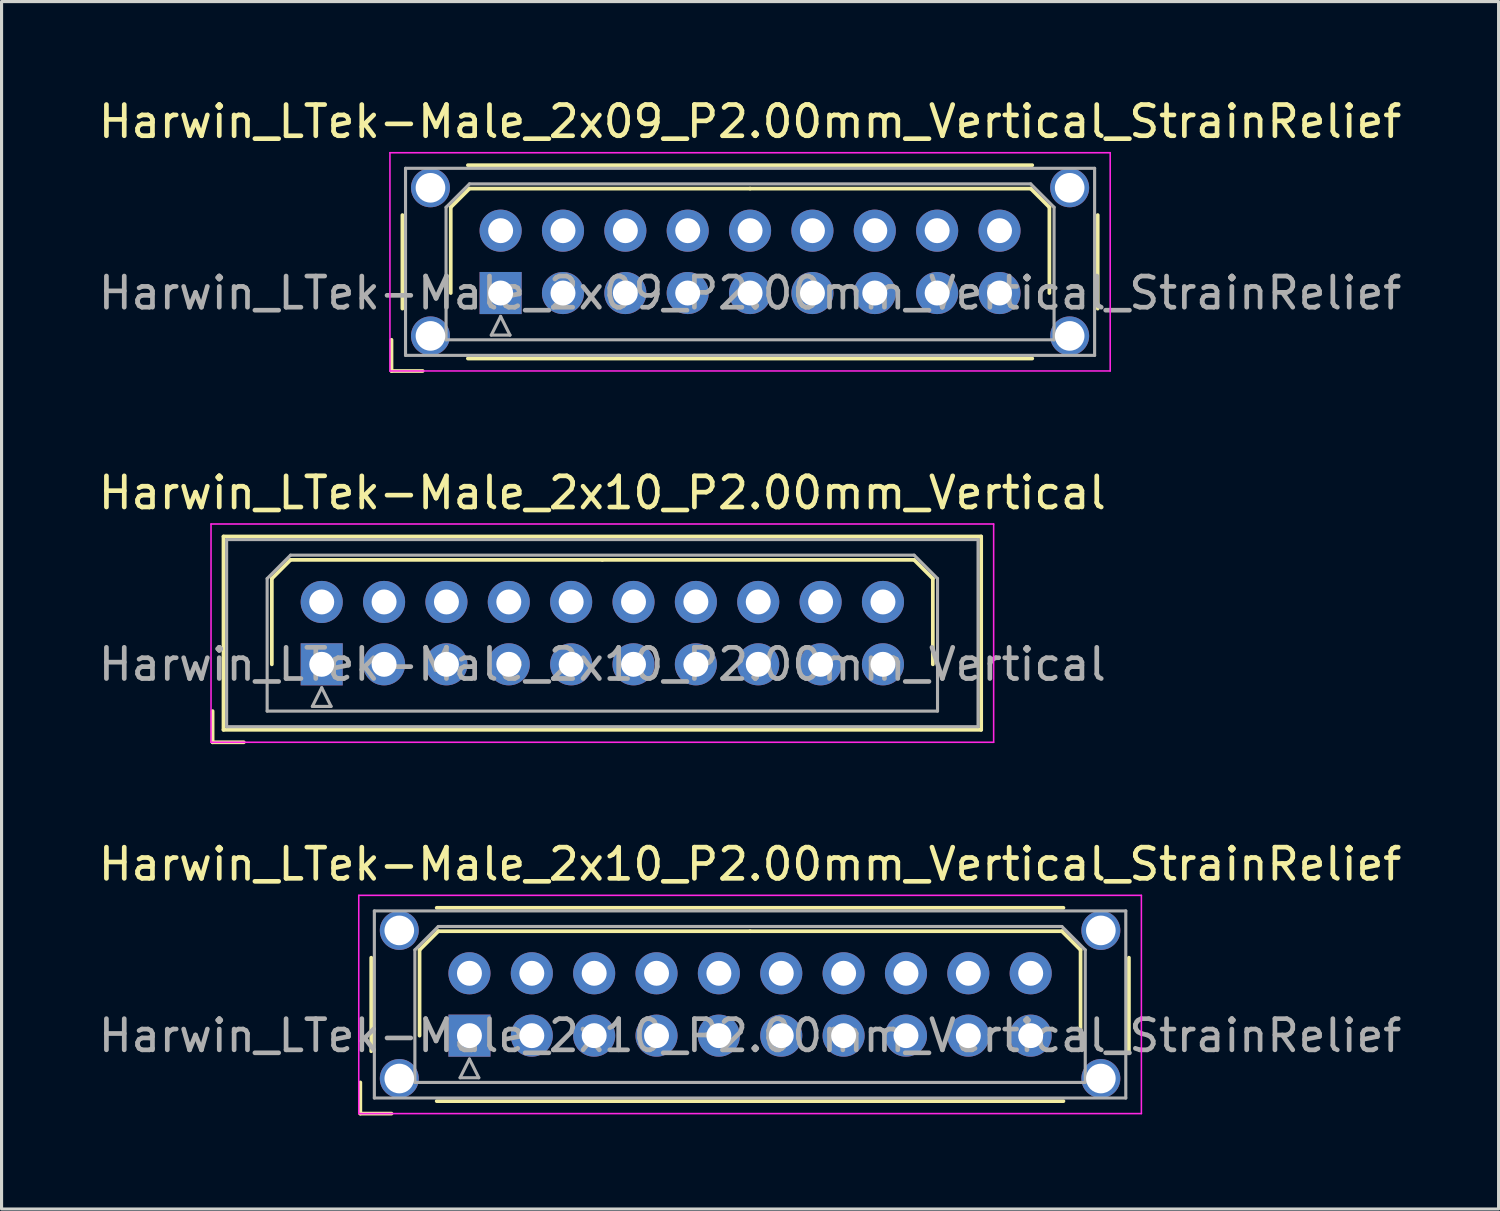
<source format=kicad_pcb>
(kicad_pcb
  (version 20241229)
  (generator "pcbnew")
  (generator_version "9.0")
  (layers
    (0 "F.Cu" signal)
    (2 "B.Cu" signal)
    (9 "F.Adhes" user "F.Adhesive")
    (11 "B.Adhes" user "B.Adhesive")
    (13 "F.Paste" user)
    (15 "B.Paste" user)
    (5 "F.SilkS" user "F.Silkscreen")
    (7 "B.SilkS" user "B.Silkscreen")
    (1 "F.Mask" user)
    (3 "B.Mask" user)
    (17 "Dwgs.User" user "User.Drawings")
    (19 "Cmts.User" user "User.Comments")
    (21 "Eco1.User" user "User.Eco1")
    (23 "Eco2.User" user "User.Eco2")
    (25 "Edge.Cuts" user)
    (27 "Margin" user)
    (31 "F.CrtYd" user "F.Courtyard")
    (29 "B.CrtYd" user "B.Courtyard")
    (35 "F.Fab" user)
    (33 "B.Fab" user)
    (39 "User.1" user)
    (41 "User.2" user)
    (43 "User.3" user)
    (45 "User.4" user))
  (footprint "Harwin_LTek-Male_2x09_P2.00mm_Vertical_StrainRelief"
    (layer "F.Cu")
    (at 13.006 6.348)
    (property "Reference" "Harwin_LTek-Male_2x09_P2.00mm_Vertical_StrainRelief" (at 8 -5.5 0) (layer "F.SilkS") (effects (font (size 1 1) (thickness 0.15))))
    (attr through_hole)
    (fp_line (start -3.5 1.5) (end -3.5 2.5) (stroke (width 0.12) (type solid)) (layer "F.SilkS"))
    (fp_line (start -3.5 2.5) (end -2.5 2.5) (stroke (width 0.12) (type solid)) (layer "F.SilkS"))
    (fp_line (start -3.15 -2.5) (end -3.15 0.5) (stroke (width 0.12) (type solid)) (layer "F.SilkS"))
    (fp_line (start -1.6 -2.75) (end -1 -3.35) (stroke (width 0.12) (type solid)) (layer "F.SilkS"))
    (fp_line (start -1.6 0) (end -1.6 -2.75) (stroke (width 0.12) (type solid)) (layer "F.SilkS"))
    (fp_line (start -1.05 -4.1) (end 17.05 -4.1) (stroke (width 0.12) (type solid)) (layer "F.SilkS"))
    (fp_line (start -1.05 2.1) (end 17.05 2.1) (stroke (width 0.12) (type solid)) (layer "F.SilkS"))
    (fp_line (start -1 -3.35) (end 8 -3.35) (stroke (width 0.12) (type solid)) (layer "F.SilkS"))
    (fp_line (start 17 -3.35) (end 8 -3.35) (stroke (width 0.12) (type solid)) (layer "F.SilkS"))
    (fp_line (start 17.6 -2.75) (end 17 -3.35) (stroke (width 0.12) (type solid)) (layer "F.SilkS"))
    (fp_line (start 17.6 0) (end 17.6 -2.75) (stroke (width 0.12) (type solid)) (layer "F.SilkS"))
    (fp_line (start 19.15 -2.5) (end 19.15 0.5) (stroke (width 0.12) (type solid)) (layer "F.SilkS"))
    (fp_line (start -3.55 -4.5) (end -3.55 2.5) (stroke (width 0.05) (type solid)) (layer "F.CrtYd"))
    (fp_line (start -3.55 2.5) (end 19.55 2.5) (stroke (width 0.05) (type solid)) (layer "F.CrtYd"))
    (fp_line (start 19.55 -4.5) (end -3.55 -4.5) (stroke (width 0.05) (type solid)) (layer "F.CrtYd"))
    (fp_line (start 19.55 2.5) (end 19.55 -4.5) (stroke (width 0.05) (type solid)) (layer "F.CrtYd"))
    (fp_line (start -3.05 -4) (end -3.05 2) (stroke (width 0.1) (type solid)) (layer "F.Fab"))
    (fp_line (start -3.05 2) (end 19.05 2) (stroke (width 0.1) (type solid)) (layer "F.Fab"))
    (fp_line (start -1.75 -2.75) (end -1 -3.5) (stroke (width 0.1) (type solid)) (layer "F.Fab"))
    (fp_line (start -1.75 1.5) (end -1.75 -2.75) (stroke (width 0.1) (type solid)) (layer "F.Fab"))
    (fp_line (start -1 -3.5) (end 17 -3.5) (stroke (width 0.1) (type solid)) (layer "F.Fab"))
    (fp_line (start -0.3 1.35) (end 0.3 1.35) (stroke (width 0.1) (type solid)) (layer "F.Fab"))
    (fp_line (start 0 0.75) (end -0.3 1.35) (stroke (width 0.1) (type solid)) (layer "F.Fab"))
    (fp_line (start 0.3 1.35) (end 0 0.75) (stroke (width 0.1) (type solid)) (layer "F.Fab"))
    (fp_line (start 17 -3.5) (end 17.75 -2.75) (stroke (width 0.1) (type solid)) (layer "F.Fab"))
    (fp_line (start 17.75 -2.75) (end 17.75 1.5) (stroke (width 0.1) (type solid)) (layer "F.Fab"))
    (fp_line (start 17.75 1.5) (end -1.75 1.5) (stroke (width 0.1) (type solid)) (layer "F.Fab"))
    (fp_line (start 19.05 -4) (end -3.05 -4) (stroke (width 0.1) (type solid)) (layer "F.Fab"))
    (fp_line (start 19.05 2) (end 19.05 -4) (stroke (width 0.1) (type solid)) (layer "F.Fab"))
    (fp_text user "${REFERENCE}" (at 8 0 0) (layer "F.Fab") (effects (font (size 1 1) (thickness 0.15))))
    (pad "" thru_hole circle (at -2.25 -3.375) (size 1.25 1.25) (drill 0.95) (layers "*.Cu" "*.Mask"))
    (pad "" thru_hole circle (at -2.25 1.375) (size 1.25 1.25) (drill 0.95) (layers "*.Cu" "*.Mask"))
    (pad "" thru_hole circle (at 18.25 -3.375) (size 1.25 1.25) (drill 0.95) (layers "*.Cu" "*.Mask"))
    (pad "" thru_hole circle (at 18.25 1.375) (size 1.25 1.25) (drill 0.95) (layers "*.Cu" "*.Mask"))
    (pad "1" thru_hole rect (at 0 0) (size 1.35 1.35) (drill 0.8) (layers "*.Cu" "*.Mask"))
    (pad "2" thru_hole circle (at 0 -2) (size 1.35 1.35) (drill 0.8) (layers "*.Cu" "*.Mask"))
    (pad "3" thru_hole circle (at 2 0) (size 1.35 1.35) (drill 0.8) (layers "*.Cu" "*.Mask"))
    (pad "4" thru_hole circle (at 2 -2) (size 1.35 1.35) (drill 0.8) (layers "*.Cu" "*.Mask"))
    (pad "5" thru_hole circle (at 4 0) (size 1.35 1.35) (drill 0.8) (layers "*.Cu" "*.Mask"))
    (pad "6" thru_hole circle (at 4 -2) (size 1.35 1.35) (drill 0.8) (layers "*.Cu" "*.Mask"))
    (pad "7" thru_hole circle (at 6 0) (size 1.35 1.35) (drill 0.8) (layers "*.Cu" "*.Mask"))
    (pad "8" thru_hole circle (at 6 -2) (size 1.35 1.35) (drill 0.8) (layers "*.Cu" "*.Mask"))
    (pad "9" thru_hole circle (at 8 0) (size 1.35 1.35) (drill 0.8) (layers "*.Cu" "*.Mask"))
    (pad "10" thru_hole circle (at 8 -2) (size 1.35 1.35) (drill 0.8) (layers "*.Cu" "*.Mask"))
    (pad "11" thru_hole circle (at 10 0) (size 1.35 1.35) (drill 0.8) (layers "*.Cu" "*.Mask"))
    (pad "12" thru_hole circle (at 10 -2) (size 1.35 1.35) (drill 0.8) (layers "*.Cu" "*.Mask"))
    (pad "13" thru_hole circle (at 12 0) (size 1.35 1.35) (drill 0.8) (layers "*.Cu" "*.Mask"))
    (pad "14" thru_hole circle (at 12 -2) (size 1.35 1.35) (drill 0.8) (layers "*.Cu" "*.Mask"))
    (pad "15" thru_hole circle (at 14 0) (size 1.35 1.35) (drill 0.8) (layers "*.Cu" "*.Mask"))
    (pad "16" thru_hole circle (at 14 -2) (size 1.35 1.35) (drill 0.8) (layers "*.Cu" "*.Mask"))
    (pad "17" thru_hole circle (at 16 0) (size 1.35 1.35) (drill 0.8) (layers "*.Cu" "*.Mask"))
    (pad "18" thru_hole circle (at 16 -2) (size 1.35 1.35) (drill 0.8) (layers "*.Cu" "*.Mask")))
  (footprint "Harwin_LTek-Male_2x10_P2.00mm_Vertical"
    (layer "F.Cu")
    (at 7.268 18.256)
    (property "Reference" "Harwin_LTek-Male_2x10_P2.00mm_Vertical" (at 9 -5.5 0) (layer "F.SilkS") (effects (font (size 1 1) (thickness 0.15))))
    (attr through_hole)
    (fp_line (start -3.5 1.5) (end -3.5 2.5) (stroke (width 0.12) (type solid)) (layer "F.SilkS"))
    (fp_line (start -3.5 2.5) (end -2.5 2.5) (stroke (width 0.12) (type solid)) (layer "F.SilkS"))
    (fp_line (start -3.15 -4.1) (end -3.15 2.1) (stroke (width 0.12) (type solid)) (layer "F.SilkS"))
    (fp_line (start -3.15 2.1) (end 21.15 2.1) (stroke (width 0.12) (type solid)) (layer "F.SilkS"))
    (fp_line (start -1.6 -2.75) (end -1 -3.35) (stroke (width 0.12) (type solid)) (layer "F.SilkS"))
    (fp_line (start -1.6 0) (end -1.6 -2.75) (stroke (width 0.12) (type solid)) (layer "F.SilkS"))
    (fp_line (start -1 -3.35) (end 9 -3.35) (stroke (width 0.12) (type solid)) (layer "F.SilkS"))
    (fp_line (start 19 -3.35) (end 9 -3.35) (stroke (width 0.12) (type solid)) (layer "F.SilkS"))
    (fp_line (start 19.6 -2.75) (end 19 -3.35) (stroke (width 0.12) (type solid)) (layer "F.SilkS"))
    (fp_line (start 19.6 0) (end 19.6 -2.75) (stroke (width 0.12) (type solid)) (layer "F.SilkS"))
    (fp_line (start 21.15 -4.1) (end -3.15 -4.1) (stroke (width 0.12) (type solid)) (layer "F.SilkS"))
    (fp_line (start 21.15 2.1) (end 21.15 -4.1) (stroke (width 0.12) (type solid)) (layer "F.SilkS"))
    (fp_line (start -3.55 -4.5) (end -3.55 2.5) (stroke (width 0.05) (type solid)) (layer "F.CrtYd"))
    (fp_line (start -3.55 2.5) (end 21.55 2.5) (stroke (width 0.05) (type solid)) (layer "F.CrtYd"))
    (fp_line (start 21.55 -4.5) (end -3.55 -4.5) (stroke (width 0.05) (type solid)) (layer "F.CrtYd"))
    (fp_line (start 21.55 2.5) (end 21.55 -4.5) (stroke (width 0.05) (type solid)) (layer "F.CrtYd"))
    (fp_line (start -3.05 -4) (end -3.05 2) (stroke (width 0.1) (type solid)) (layer "F.Fab"))
    (fp_line (start -3.05 2) (end 21.05 2) (stroke (width 0.1) (type solid)) (layer "F.Fab"))
    (fp_line (start -1.75 -2.75) (end -1 -3.5) (stroke (width 0.1) (type solid)) (layer "F.Fab"))
    (fp_line (start -1.75 1.5) (end -1.75 -2.75) (stroke (width 0.1) (type solid)) (layer "F.Fab"))
    (fp_line (start -1 -3.5) (end 19 -3.5) (stroke (width 0.1) (type solid)) (layer "F.Fab"))
    (fp_line (start -0.3 1.35) (end 0.3 1.35) (stroke (width 0.1) (type solid)) (layer "F.Fab"))
    (fp_line (start 0 0.75) (end -0.3 1.35) (stroke (width 0.1) (type solid)) (layer "F.Fab"))
    (fp_line (start 0.3 1.35) (end 0 0.75) (stroke (width 0.1) (type solid)) (layer "F.Fab"))
    (fp_line (start 19 -3.5) (end 19.75 -2.75) (stroke (width 0.1) (type solid)) (layer "F.Fab"))
    (fp_line (start 19.75 -2.75) (end 19.75 1.5) (stroke (width 0.1) (type solid)) (layer "F.Fab"))
    (fp_line (start 19.75 1.5) (end -1.75 1.5) (stroke (width 0.1) (type solid)) (layer "F.Fab"))
    (fp_line (start 21.05 -4) (end -3.05 -4) (stroke (width 0.1) (type solid)) (layer "F.Fab"))
    (fp_line (start 21.05 2) (end 21.05 -4) (stroke (width 0.1) (type solid)) (layer "F.Fab"))
    (fp_text user "${REFERENCE}" (at 9 0 0) (layer "F.Fab") (effects (font (size 1 1) (thickness 0.15))))
    (pad "1" thru_hole rect (at 0 0) (size 1.35 1.35) (drill 0.8) (layers "*.Cu" "*.Mask"))
    (pad "2" thru_hole circle (at 0 -2) (size 1.35 1.35) (drill 0.8) (layers "*.Cu" "*.Mask"))
    (pad "3" thru_hole circle (at 2 0) (size 1.35 1.35) (drill 0.8) (layers "*.Cu" "*.Mask"))
    (pad "4" thru_hole circle (at 2 -2) (size 1.35 1.35) (drill 0.8) (layers "*.Cu" "*.Mask"))
    (pad "5" thru_hole circle (at 4 0) (size 1.35 1.35) (drill 0.8) (layers "*.Cu" "*.Mask"))
    (pad "6" thru_hole circle (at 4 -2) (size 1.35 1.35) (drill 0.8) (layers "*.Cu" "*.Mask"))
    (pad "7" thru_hole circle (at 6 0) (size 1.35 1.35) (drill 0.8) (layers "*.Cu" "*.Mask"))
    (pad "8" thru_hole circle (at 6 -2) (size 1.35 1.35) (drill 0.8) (layers "*.Cu" "*.Mask"))
    (pad "9" thru_hole circle (at 8 0) (size 1.35 1.35) (drill 0.8) (layers "*.Cu" "*.Mask"))
    (pad "10" thru_hole circle (at 8 -2) (size 1.35 1.35) (drill 0.8) (layers "*.Cu" "*.Mask"))
    (pad "11" thru_hole circle (at 10 0) (size 1.35 1.35) (drill 0.8) (layers "*.Cu" "*.Mask"))
    (pad "12" thru_hole circle (at 10 -2) (size 1.35 1.35) (drill 0.8) (layers "*.Cu" "*.Mask"))
    (pad "13" thru_hole circle (at 12 0) (size 1.35 1.35) (drill 0.8) (layers "*.Cu" "*.Mask"))
    (pad "14" thru_hole circle (at 12 -2) (size 1.35 1.35) (drill 0.8) (layers "*.Cu" "*.Mask"))
    (pad "15" thru_hole circle (at 14 0) (size 1.35 1.35) (drill 0.8) (layers "*.Cu" "*.Mask"))
    (pad "16" thru_hole circle (at 14 -2) (size 1.35 1.35) (drill 0.8) (layers "*.Cu" "*.Mask"))
    (pad "17" thru_hole circle (at 16 0) (size 1.35 1.35) (drill 0.8) (layers "*.Cu" "*.Mask"))
    (pad "18" thru_hole circle (at 16 -2) (size 1.35 1.35) (drill 0.8) (layers "*.Cu" "*.Mask"))
    (pad "19" thru_hole circle (at 18 0) (size 1.35 1.35) (drill 0.8) (layers "*.Cu" "*.Mask"))
    (pad "20" thru_hole circle (at 18 -2) (size 1.35 1.35) (drill 0.8) (layers "*.Cu" "*.Mask")))
  (footprint "Harwin_LTek-Male_2x10_P2.00mm_Vertical_StrainRelief"
    (layer "F.Cu")
    (at 12.006 30.165)
    (property "Reference" "Harwin_LTek-Male_2x10_P2.00mm_Vertical_StrainRelief" (at 9 -5.5 0) (layer "F.SilkS") (effects (font (size 1 1) (thickness 0.15))))
    (attr through_hole)
    (fp_line (start -3.5 1.5) (end -3.5 2.5) (stroke (width 0.12) (type solid)) (layer "F.SilkS"))
    (fp_line (start -3.5 2.5) (end -2.5 2.5) (stroke (width 0.12) (type solid)) (layer "F.SilkS"))
    (fp_line (start -3.15 -2.5) (end -3.15 0.5) (stroke (width 0.12) (type solid)) (layer "F.SilkS"))
    (fp_line (start -1.6 -2.75) (end -1 -3.35) (stroke (width 0.12) (type solid)) (layer "F.SilkS"))
    (fp_line (start -1.6 0) (end -1.6 -2.75) (stroke (width 0.12) (type solid)) (layer "F.SilkS"))
    (fp_line (start -1.05 -4.1) (end 19.05 -4.1) (stroke (width 0.12) (type solid)) (layer "F.SilkS"))
    (fp_line (start -1.05 2.1) (end 19.05 2.1) (stroke (width 0.12) (type solid)) (layer "F.SilkS"))
    (fp_line (start -1 -3.35) (end 9 -3.35) (stroke (width 0.12) (type solid)) (layer "F.SilkS"))
    (fp_line (start 19 -3.35) (end 9 -3.35) (stroke (width 0.12) (type solid)) (layer "F.SilkS"))
    (fp_line (start 19.6 -2.75) (end 19 -3.35) (stroke (width 0.12) (type solid)) (layer "F.SilkS"))
    (fp_line (start 19.6 0) (end 19.6 -2.75) (stroke (width 0.12) (type solid)) (layer "F.SilkS"))
    (fp_line (start 21.15 -2.5) (end 21.15 0.5) (stroke (width 0.12) (type solid)) (layer "F.SilkS"))
    (fp_line (start -3.55 -4.5) (end -3.55 2.5) (stroke (width 0.05) (type solid)) (layer "F.CrtYd"))
    (fp_line (start -3.55 2.5) (end 21.55 2.5) (stroke (width 0.05) (type solid)) (layer "F.CrtYd"))
    (fp_line (start 21.55 -4.5) (end -3.55 -4.5) (stroke (width 0.05) (type solid)) (layer "F.CrtYd"))
    (fp_line (start 21.55 2.5) (end 21.55 -4.5) (stroke (width 0.05) (type solid)) (layer "F.CrtYd"))
    (fp_line (start -3.05 -4) (end -3.05 2) (stroke (width 0.1) (type solid)) (layer "F.Fab"))
    (fp_line (start -3.05 2) (end 21.05 2) (stroke (width 0.1) (type solid)) (layer "F.Fab"))
    (fp_line (start -1.75 -2.75) (end -1 -3.5) (stroke (width 0.1) (type solid)) (layer "F.Fab"))
    (fp_line (start -1.75 1.5) (end -1.75 -2.75) (stroke (width 0.1) (type solid)) (layer "F.Fab"))
    (fp_line (start -1 -3.5) (end 19 -3.5) (stroke (width 0.1) (type solid)) (layer "F.Fab"))
    (fp_line (start -0.3 1.35) (end 0.3 1.35) (stroke (width 0.1) (type solid)) (layer "F.Fab"))
    (fp_line (start 0 0.75) (end -0.3 1.35) (stroke (width 0.1) (type solid)) (layer "F.Fab"))
    (fp_line (start 0.3 1.35) (end 0 0.75) (stroke (width 0.1) (type solid)) (layer "F.Fab"))
    (fp_line (start 19 -3.5) (end 19.75 -2.75) (stroke (width 0.1) (type solid)) (layer "F.Fab"))
    (fp_line (start 19.75 -2.75) (end 19.75 1.5) (stroke (width 0.1) (type solid)) (layer "F.Fab"))
    (fp_line (start 19.75 1.5) (end -1.75 1.5) (stroke (width 0.1) (type solid)) (layer "F.Fab"))
    (fp_line (start 21.05 -4) (end -3.05 -4) (stroke (width 0.1) (type solid)) (layer "F.Fab"))
    (fp_line (start 21.05 2) (end 21.05 -4) (stroke (width 0.1) (type solid)) (layer "F.Fab"))
    (fp_text user "${REFERENCE}" (at 9 0 0) (layer "F.Fab") (effects (font (size 1 1) (thickness 0.15))))
    (pad "" thru_hole circle (at -2.25 -3.375) (size 1.25 1.25) (drill 0.95) (layers "*.Cu" "*.Mask"))
    (pad "" thru_hole circle (at -2.25 1.375) (size 1.25 1.25) (drill 0.95) (layers "*.Cu" "*.Mask"))
    (pad "" thru_hole circle (at 20.25 -3.375) (size 1.25 1.25) (drill 0.95) (layers "*.Cu" "*.Mask"))
    (pad "" thru_hole circle (at 20.25 1.375) (size 1.25 1.25) (drill 0.95) (layers "*.Cu" "*.Mask"))
    (pad "1" thru_hole rect (at 0 0) (size 1.35 1.35) (drill 0.8) (layers "*.Cu" "*.Mask"))
    (pad "2" thru_hole circle (at 0 -2) (size 1.35 1.35) (drill 0.8) (layers "*.Cu" "*.Mask"))
    (pad "3" thru_hole circle (at 2 0) (size 1.35 1.35) (drill 0.8) (layers "*.Cu" "*.Mask"))
    (pad "4" thru_hole circle (at 2 -2) (size 1.35 1.35) (drill 0.8) (layers "*.Cu" "*.Mask"))
    (pad "5" thru_hole circle (at 4 0) (size 1.35 1.35) (drill 0.8) (layers "*.Cu" "*.Mask"))
    (pad "6" thru_hole circle (at 4 -2) (size 1.35 1.35) (drill 0.8) (layers "*.Cu" "*.Mask"))
    (pad "7" thru_hole circle (at 6 0) (size 1.35 1.35) (drill 0.8) (layers "*.Cu" "*.Mask"))
    (pad "8" thru_hole circle (at 6 -2) (size 1.35 1.35) (drill 0.8) (layers "*.Cu" "*.Mask"))
    (pad "9" thru_hole circle (at 8 0) (size 1.35 1.35) (drill 0.8) (layers "*.Cu" "*.Mask"))
    (pad "10" thru_hole circle (at 8 -2) (size 1.35 1.35) (drill 0.8) (layers "*.Cu" "*.Mask"))
    (pad "11" thru_hole circle (at 10 0) (size 1.35 1.35) (drill 0.8) (layers "*.Cu" "*.Mask"))
    (pad "12" thru_hole circle (at 10 -2) (size 1.35 1.35) (drill 0.8) (layers "*.Cu" "*.Mask"))
    (pad "13" thru_hole circle (at 12 0) (size 1.35 1.35) (drill 0.8) (layers "*.Cu" "*.Mask"))
    (pad "14" thru_hole circle (at 12 -2) (size 1.35 1.35) (drill 0.8) (layers "*.Cu" "*.Mask"))
    (pad "15" thru_hole circle (at 14 0) (size 1.35 1.35) (drill 0.8) (layers "*.Cu" "*.Mask"))
    (pad "16" thru_hole circle (at 14 -2) (size 1.35 1.35) (drill 0.8) (layers "*.Cu" "*.Mask"))
    (pad "17" thru_hole circle (at 16 0) (size 1.35 1.35) (drill 0.8) (layers "*.Cu" "*.Mask"))
    (pad "18" thru_hole circle (at 16 -2) (size 1.35 1.35) (drill 0.8) (layers "*.Cu" "*.Mask"))
    (pad "19" thru_hole circle (at 18 0) (size 1.35 1.35) (drill 0.8) (layers "*.Cu" "*.Mask"))
    (pad "20" thru_hole circle (at 18 -2) (size 1.35 1.35) (drill 0.8) (layers "*.Cu" "*.Mask")))
  (gr_rect
    (start -3 -3)
    (end 45.012 35.725)
    (stroke (width 0.1) (type default))
    (fill no)
    (layer "Edge.Cuts")))
</source>
